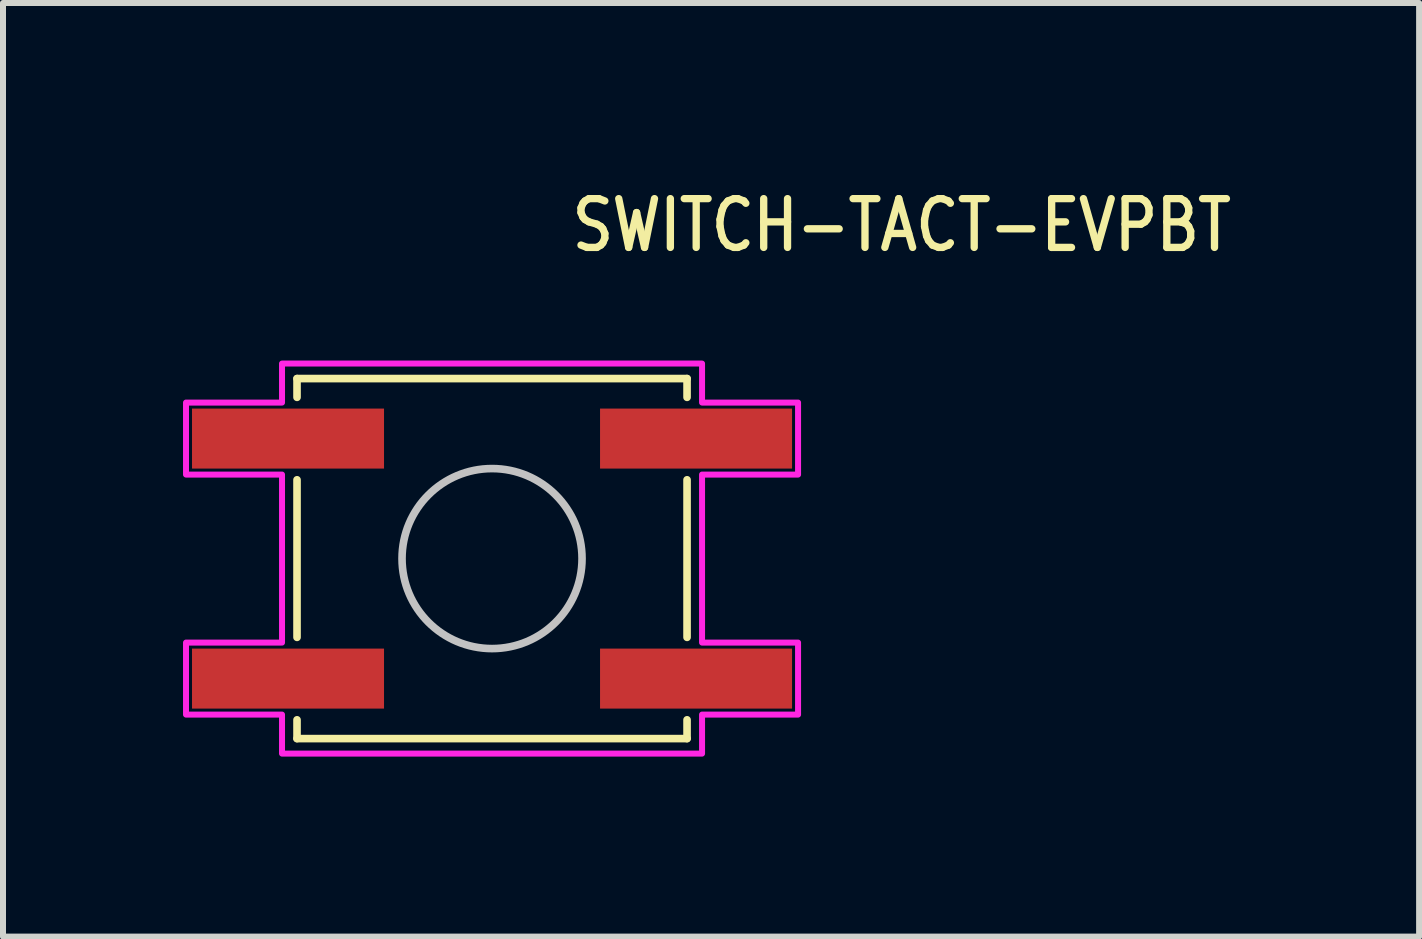
<source format=kicad_pcb>
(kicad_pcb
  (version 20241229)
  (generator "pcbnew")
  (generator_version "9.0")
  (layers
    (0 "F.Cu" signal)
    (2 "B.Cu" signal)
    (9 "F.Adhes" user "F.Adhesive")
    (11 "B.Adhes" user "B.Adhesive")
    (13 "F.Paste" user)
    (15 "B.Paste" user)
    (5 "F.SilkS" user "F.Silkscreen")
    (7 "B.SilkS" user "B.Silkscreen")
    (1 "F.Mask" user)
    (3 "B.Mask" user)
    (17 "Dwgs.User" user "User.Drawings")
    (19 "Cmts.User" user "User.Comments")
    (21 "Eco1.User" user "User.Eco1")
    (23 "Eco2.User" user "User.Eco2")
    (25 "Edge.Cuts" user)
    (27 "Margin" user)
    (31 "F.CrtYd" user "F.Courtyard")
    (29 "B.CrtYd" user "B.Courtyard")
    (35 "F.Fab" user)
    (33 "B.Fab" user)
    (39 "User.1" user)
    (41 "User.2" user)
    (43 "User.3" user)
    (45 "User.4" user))
  (footprint "SWITCH-TACT-EVPBT"
    (layer "F.Cu")
    (at 5.15 6.259)
    (property "Reference" "SWITCH-TACT-EVPBT" (at 1.27 -5.08 0) (unlocked yes) (layer "F.SilkS") (effects (font (size 0.813 0.695) (thickness 0.122)) (justify left bottom)))
    (fp_line (start -3.25 -3) (end -3.25 -2.687) (stroke (width 0.127) (type solid)) (layer "F.SilkS"))
    (fp_line (start -3.25 -3) (end 3.25 -3) (stroke (width 0.127) (type solid)) (layer "F.SilkS"))
    (fp_line (start -3.25 -1.313) (end -3.25 1.313) (stroke (width 0.127) (type solid)) (layer "F.SilkS"))
    (fp_line (start -3.25 3) (end -3.25 2.687) (stroke (width 0.127) (type solid)) (layer "F.SilkS"))
    (fp_line (start 3.25 -3) (end 3.25 -2.687) (stroke (width 0.127) (type solid)) (layer "F.SilkS"))
    (fp_line (start 3.25 -1.313) (end 3.25 1.313) (stroke (width 0.127) (type solid)) (layer "F.SilkS"))
    (fp_line (start 3.25 3) (end -3.25 3) (stroke (width 0.127) (type solid)) (layer "F.SilkS"))
    (fp_line (start 3.25 3) (end 3.25 2.687) (stroke (width 0.127) (type solid)) (layer "F.SilkS"))
    (fp_circle (center 0 0) (end 1.5 0) (stroke (width 0.127) (type solid)) (fill no) (layer "Dwgs.User"))
    (fp_poly (pts (xy -5.1 -2.6) (xy -3.5 -2.6) (xy -3.5 -3.25) (xy 3.5 -3.25) (xy 3.5 -2.6) (xy 5.1 -2.6) (xy 5.1 -1.4) (xy 3.5 -1.4) (xy 3.5 1.4) (xy 5.1 1.4) (xy 5.1 2.6) (xy 3.5 2.6) (xy 3.5 3.25) (xy -3.5 3.25) (xy -3.5 2.6) (xy -5.1 2.6) (xy -5.1 1.4) (xy -3.5 1.4) (xy -3.5 -1.4) (xy -5.1 -1.4)) (stroke (width 0.1) (type solid)) (fill no) (layer "F.CrtYd"))
    (pad "A" smd rect (at 3.4 2) (size 3.2 1) (layers "F.Cu" "F.Mask" "F.Paste"))
    (pad "A'" smd rect (at -3.4 2) (size 3.2 1) (layers "F.Cu" "F.Mask" "F.Paste"))
    (pad "B" smd rect (at 3.4 -2) (size 3.2 1) (layers "F.Cu" "F.Mask" "F.Paste"))
    (pad "B'" smd rect (at -3.4 -2) (size 3.2 1) (layers "F.Cu" "F.Mask" "F.Paste")))
  (gr_rect
    (start -3 -3)
    (end 20.6 12.559)
    (stroke (width 0.1) (type default))
    (fill no)
    (layer "Edge.Cuts")))
</source>
